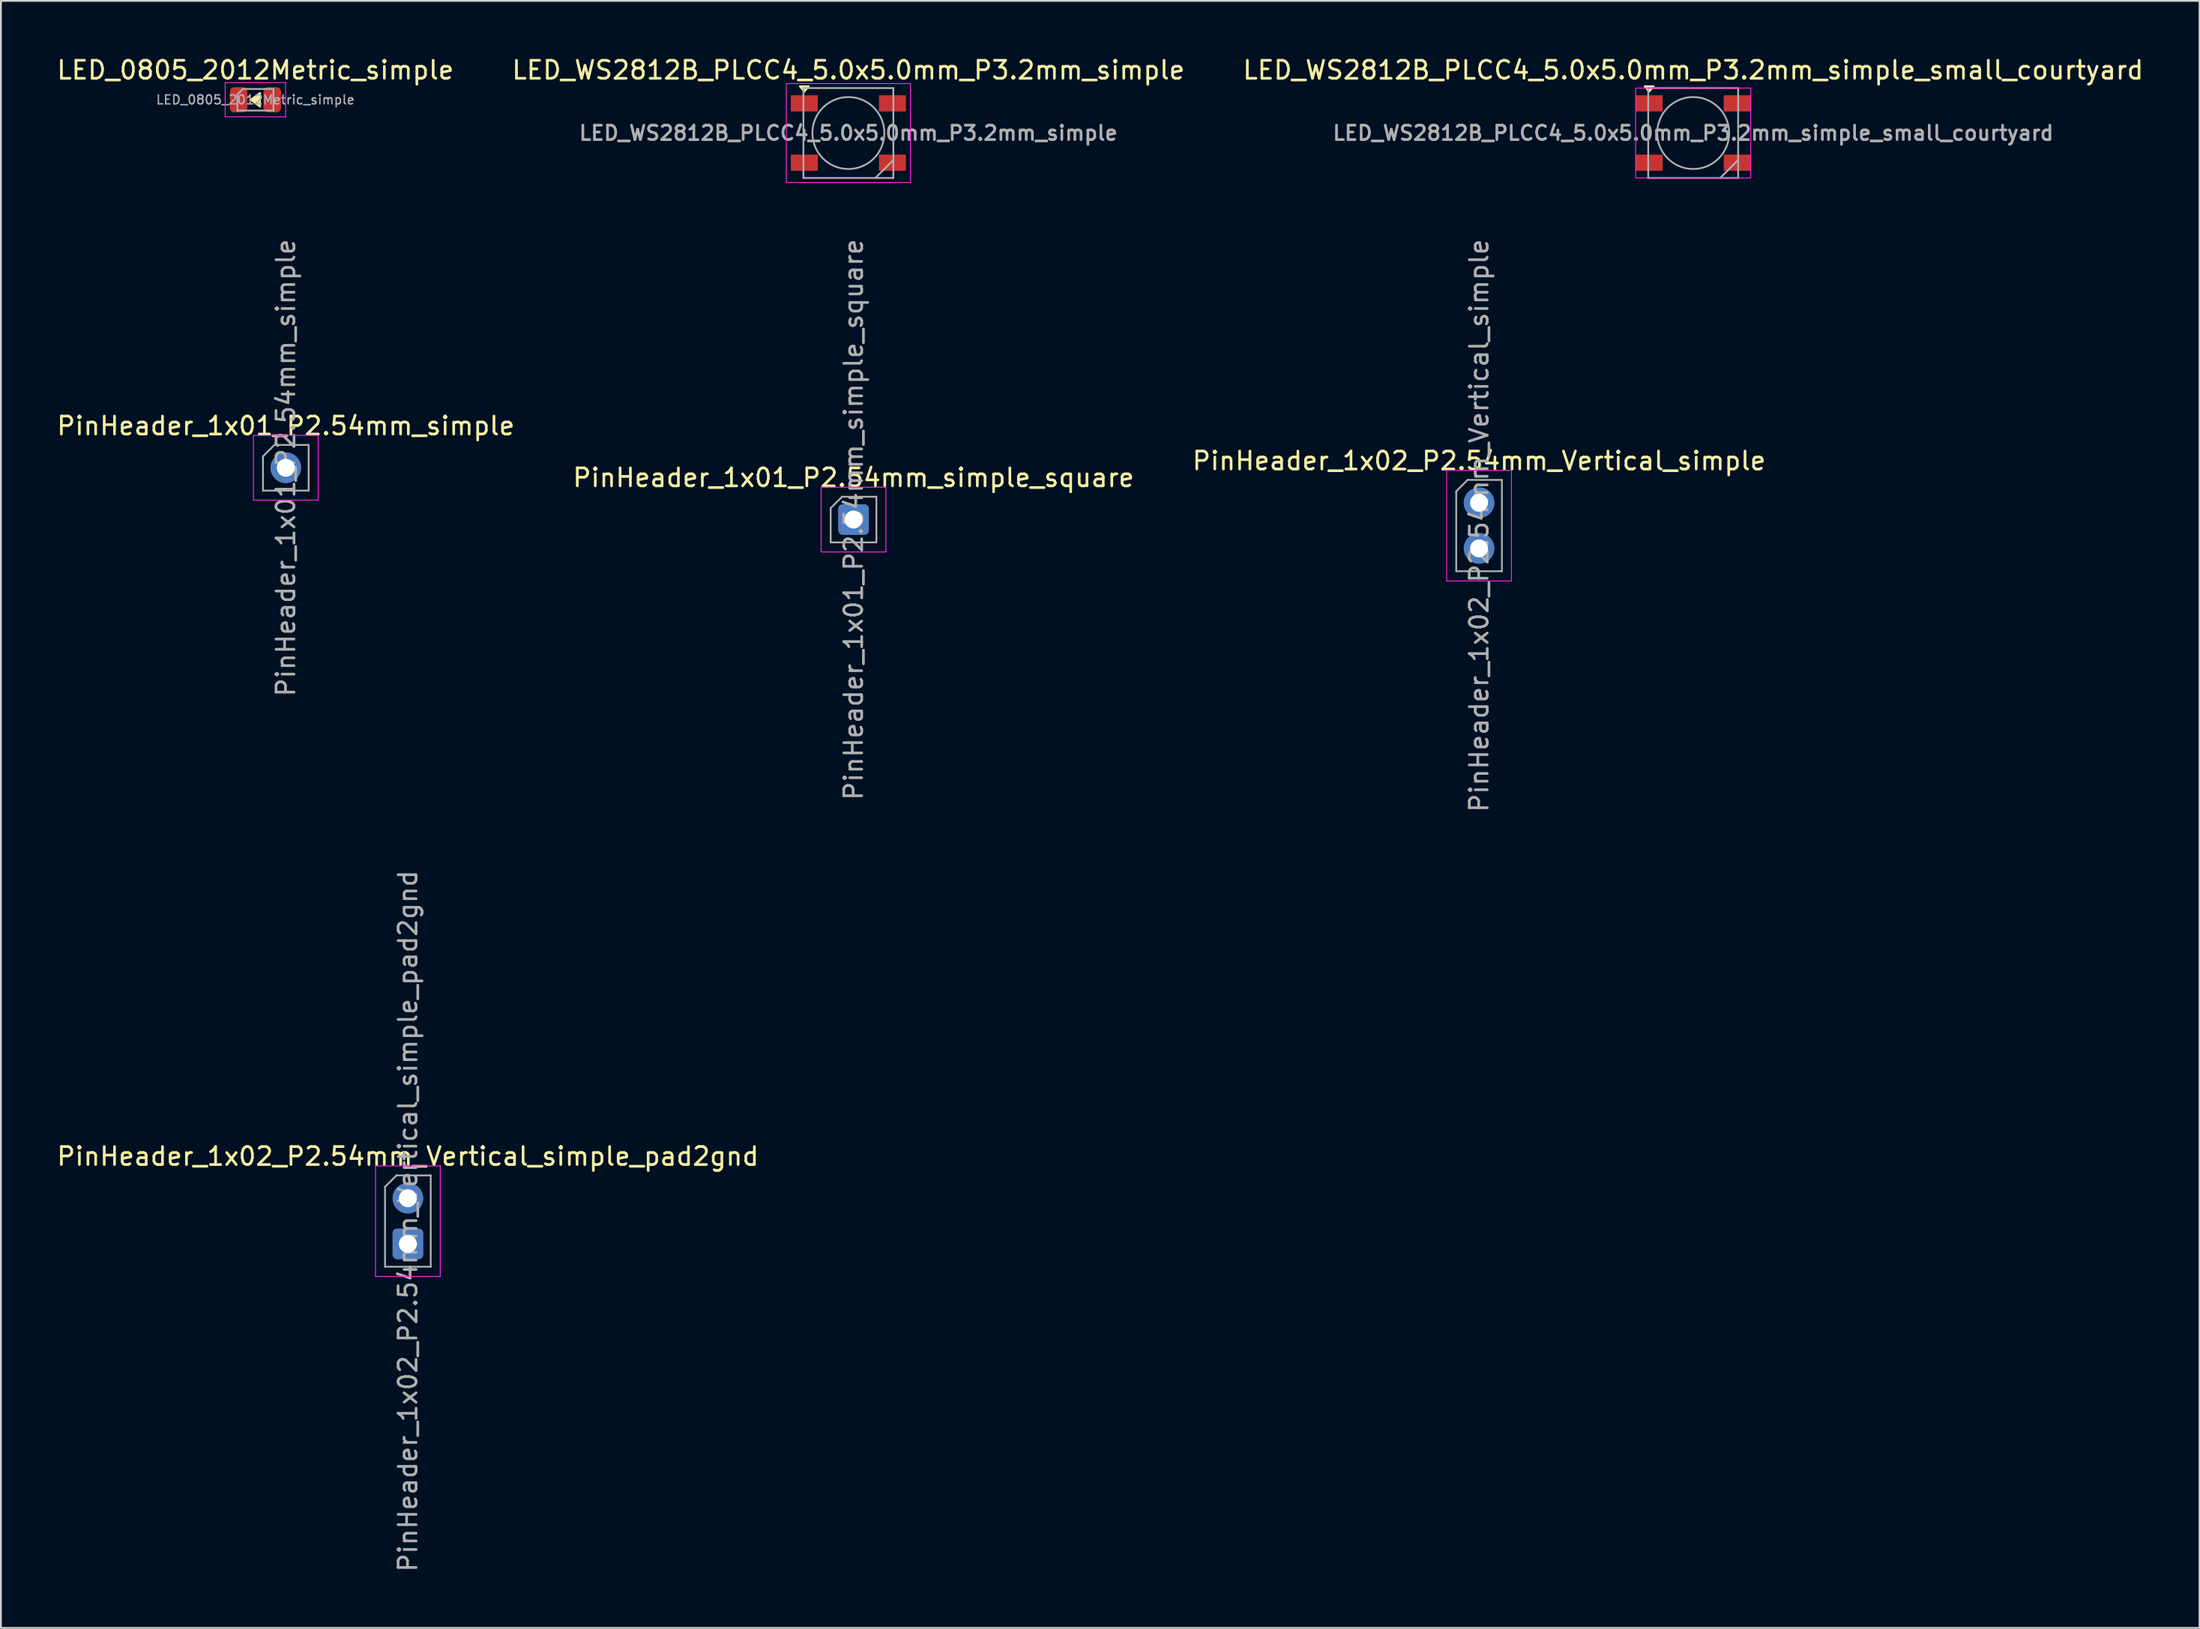
<source format=kicad_pcb>
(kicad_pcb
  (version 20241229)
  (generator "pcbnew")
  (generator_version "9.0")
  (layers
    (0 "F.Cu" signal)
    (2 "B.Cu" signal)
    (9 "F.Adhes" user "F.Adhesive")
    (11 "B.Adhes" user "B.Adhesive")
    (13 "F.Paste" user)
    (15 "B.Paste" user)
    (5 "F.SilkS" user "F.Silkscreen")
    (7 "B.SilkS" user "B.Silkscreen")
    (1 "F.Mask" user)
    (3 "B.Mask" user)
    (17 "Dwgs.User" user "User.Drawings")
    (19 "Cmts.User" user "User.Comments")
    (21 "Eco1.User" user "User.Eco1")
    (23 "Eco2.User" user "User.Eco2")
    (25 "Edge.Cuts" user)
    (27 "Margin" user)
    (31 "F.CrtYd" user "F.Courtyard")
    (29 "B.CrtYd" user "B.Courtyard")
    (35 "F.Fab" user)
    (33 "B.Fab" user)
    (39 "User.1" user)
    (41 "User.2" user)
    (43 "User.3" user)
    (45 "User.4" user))
  (footprint "LED_WS2812B_PLCC4_5.0x5.0mm_P3.2mm_simple"
    (layer "F.Cu")
    (at 44.113 4.348)
    (property "Reference" "LED_WS2812B_PLCC4_5.0x5.0mm_P3.2mm_simple" (at 0 -3.5 0) (layer "F.SilkS") (effects (font (size 1 1) (thickness 0.15))))
    (attr smd)
    (fp_poly (pts (xy -2.45 -2.3) (xy -2.7 -2.6) (xy -2.2 -2.6)) (stroke (width 0.1) (type solid)) (fill yes) (layer "F.SilkS"))
    (fp_line (start -3.45 -2.75) (end -3.45 2.75) (stroke (width 0.05) (type solid)) (layer "F.CrtYd"))
    (fp_line (start -3.45 2.75) (end 3.45 2.75) (stroke (width 0.05) (type solid)) (layer "F.CrtYd"))
    (fp_line (start 3.45 -2.75) (end -3.45 -2.75) (stroke (width 0.05) (type solid)) (layer "F.CrtYd"))
    (fp_line (start 3.45 2.75) (end 3.45 -2.75) (stroke (width 0.05) (type solid)) (layer "F.CrtYd"))
    (fp_line (start -2.5 -2.5) (end -2.5 2.5) (stroke (width 0.1) (type solid)) (layer "F.Fab"))
    (fp_line (start -2.5 2.5) (end 2.5 2.5) (stroke (width 0.1) (type solid)) (layer "F.Fab"))
    (fp_line (start 2.5 -2.5) (end -2.5 -2.5) (stroke (width 0.1) (type solid)) (layer "F.Fab"))
    (fp_line (start 2.5 1.5) (end 1.5 2.5) (stroke (width 0.1) (type solid)) (layer "F.Fab"))
    (fp_line (start 2.5 2.5) (end 2.5 -2.5) (stroke (width 0.1) (type solid)) (layer "F.Fab"))
    (fp_circle (center 0 0) (end 0 -2) (stroke (width 0.1) (type solid)) (fill no) (layer "F.Fab"))
    (fp_text user "${REFERENCE}" (at 0 0 0) (layer "F.Fab") (effects (font (size 0.8 0.8) (thickness 0.15))))
    (pad "1" smd rect (at -2.45 -1.65) (size 1.5 0.9) (layers "F.Cu" "F.Mask" "F.Paste"))
    (pad "2" smd rect (at -2.45 1.65) (size 1.5 0.9) (layers "F.Cu" "F.Mask" "F.Paste"))
    (pad "3" smd rect (at 2.45 1.65) (size 1.5 0.9) (layers "F.Cu" "F.Mask" "F.Paste"))
    (pad "4" smd rect (at 2.45 -1.65) (size 1.5 0.9) (layers "F.Cu" "F.Mask" "F.Paste")))
  (footprint "PinHeader_1x02_P2.54mm_Vertical_simple_pad2gnd"
    (layer "F.Cu")
    (at 19.625 63.585)
    (property "Reference" "PinHeader_1x02_P2.54mm_Vertical_simple_pad2gnd" (at 0 -2.33 0) (layer "F.SilkS") (effects (font (size 1 1) (thickness 0.15))))
    (attr through_hole)
    (fp_line (start -1.8 -1.8) (end -1.8 4.35) (stroke (width 0.05) (type solid)) (layer "F.CrtYd"))
    (fp_line (start -1.8 4.35) (end 1.8 4.35) (stroke (width 0.05) (type solid)) (layer "F.CrtYd"))
    (fp_line (start 1.8 -1.8) (end -1.8 -1.8) (stroke (width 0.05) (type solid)) (layer "F.CrtYd"))
    (fp_line (start 1.8 4.35) (end 1.8 -1.8) (stroke (width 0.05) (type solid)) (layer "F.CrtYd"))
    (fp_line (start -1.27 -0.635) (end -0.635 -1.27) (stroke (width 0.1) (type solid)) (layer "F.Fab"))
    (fp_line (start -1.27 3.81) (end -1.27 -0.635) (stroke (width 0.1) (type solid)) (layer "F.Fab"))
    (fp_line (start -0.635 -1.27) (end 1.27 -1.27) (stroke (width 0.1) (type solid)) (layer "F.Fab"))
    (fp_line (start 1.27 -1.27) (end 1.27 3.81) (stroke (width 0.1) (type solid)) (layer "F.Fab"))
    (fp_line (start 1.27 3.81) (end -1.27 3.81) (stroke (width 0.1) (type solid)) (layer "F.Fab"))
    (fp_text user "${REFERENCE}" (at 0 1.27 90) (layer "F.Fab") (effects (font (size 1 1) (thickness 0.15))))
    (pad "1" thru_hole oval (at 0 0) (size 1.7 1.7) (drill 1) (layers "*.Cu" "*.Mask"))
    (pad "2" thru_hole roundrect (at 0 2.54) (size 1.7 1.7) (drill 1) (layers "*.Cu" "*.Mask") (roundrect_rratio 0.147)))
  (footprint "LED_0805_2012Metric_simple"
    (layer "F.Cu")
    (at 11.149 2.498)
    (property "Reference" "LED_0805_2012Metric_simple" (at 0 -1.65 0) (layer "F.SilkS") (effects (font (size 1 1) (thickness 0.15))))
    (attr smd)
    (fp_poly (pts (xy 0.254 -0.381) (xy 0.254 0.381) (xy -0.254 0)) (stroke (width 0.1) (type solid)) (fill yes) (layer "F.SilkS"))
    (fp_line (start -1.68 -0.95) (end 1.68 -0.95) (stroke (width 0.05) (type solid)) (layer "F.CrtYd"))
    (fp_line (start -1.68 0.95) (end -1.68 -0.95) (stroke (width 0.05) (type solid)) (layer "F.CrtYd"))
    (fp_line (start 1.68 -0.95) (end 1.68 0.95) (stroke (width 0.05) (type solid)) (layer "F.CrtYd"))
    (fp_line (start 1.68 0.95) (end -1.68 0.95) (stroke (width 0.05) (type solid)) (layer "F.CrtYd"))
    (fp_line (start -1 -0.3) (end -1 0.6) (stroke (width 0.1) (type solid)) (layer "F.Fab"))
    (fp_line (start -1 0.6) (end 1 0.6) (stroke (width 0.1) (type solid)) (layer "F.Fab"))
    (fp_line (start -0.7 -0.6) (end -1 -0.3) (stroke (width 0.1) (type solid)) (layer "F.Fab"))
    (fp_line (start 1 -0.6) (end -0.7 -0.6) (stroke (width 0.1) (type solid)) (layer "F.Fab"))
    (fp_line (start 1 0.6) (end 1 -0.6) (stroke (width 0.1) (type solid)) (layer "F.Fab"))
    (fp_text user "${REFERENCE}" (at 0 0 0) (layer "F.Fab") (effects (font (size 0.5 0.5) (thickness 0.08))))
    (pad "1" smd roundrect (at -0.938 0) (size 0.975 1.4) (layers "F.Cu" "F.Mask" "F.Paste") (roundrect_rratio 0.25))
    (pad "2" smd roundrect (at 0.938 0) (size 0.975 1.4) (layers "F.Cu" "F.Mask" "F.Paste") (roundrect_rratio 0.25)))
  (footprint "PinHeader_1x02_P2.54mm_Vertical_simple"
    (layer "F.Cu")
    (at 79.173 24.907)
    (property "Reference" "PinHeader_1x02_P2.54mm_Vertical_simple" (at 0 -2.33 0) (layer "F.SilkS") (effects (font (size 1 1) (thickness 0.15))))
    (attr through_hole)
    (fp_line (start -1.8 -1.8) (end -1.8 4.35) (stroke (width 0.05) (type solid)) (layer "F.CrtYd"))
    (fp_line (start -1.8 4.35) (end 1.8 4.35) (stroke (width 0.05) (type solid)) (layer "F.CrtYd"))
    (fp_line (start 1.8 -1.8) (end -1.8 -1.8) (stroke (width 0.05) (type solid)) (layer "F.CrtYd"))
    (fp_line (start 1.8 4.35) (end 1.8 -1.8) (stroke (width 0.05) (type solid)) (layer "F.CrtYd"))
    (fp_line (start -1.27 -0.635) (end -0.635 -1.27) (stroke (width 0.1) (type solid)) (layer "F.Fab"))
    (fp_line (start -1.27 3.81) (end -1.27 -0.635) (stroke (width 0.1) (type solid)) (layer "F.Fab"))
    (fp_line (start -0.635 -1.27) (end 1.27 -1.27) (stroke (width 0.1) (type solid)) (layer "F.Fab"))
    (fp_line (start 1.27 -1.27) (end 1.27 3.81) (stroke (width 0.1) (type solid)) (layer "F.Fab"))
    (fp_line (start 1.27 3.81) (end -1.27 3.81) (stroke (width 0.1) (type solid)) (layer "F.Fab"))
    (fp_text user "${REFERENCE}" (at 0 1.27 90) (layer "F.Fab") (effects (font (size 1 1) (thickness 0.15))))
    (pad "1" thru_hole oval (at 0 0) (size 1.7 1.7) (drill 1) (layers "*.Cu" "*.Mask"))
    (pad "2" thru_hole oval (at 0 2.54) (size 1.7 1.7) (drill 1) (layers "*.Cu" "*.Mask")))
  (footprint "PinHeader_1x01_P2.54mm_simple_square"
    (layer "F.Cu")
    (at 44.399 25.843)
    (property "Reference" "PinHeader_1x01_P2.54mm_simple_square" (at 0 -2.33 0) (layer "F.SilkS") (effects (font (size 1 1) (thickness 0.15))))
    (attr through_hole)
    (fp_line (start -1.8 -1.8) (end -1.8 1.8) (stroke (width 0.05) (type solid)) (layer "F.CrtYd"))
    (fp_line (start -1.8 1.8) (end 1.8 1.8) (stroke (width 0.05) (type solid)) (layer "F.CrtYd"))
    (fp_line (start 1.8 -1.8) (end -1.8 -1.8) (stroke (width 0.05) (type solid)) (layer "F.CrtYd"))
    (fp_line (start 1.8 1.8) (end 1.8 -1.8) (stroke (width 0.05) (type solid)) (layer "F.CrtYd"))
    (fp_line (start -1.27 -0.635) (end -0.635 -1.27) (stroke (width 0.1) (type solid)) (layer "F.Fab"))
    (fp_line (start -1.27 1.27) (end -1.27 -0.635) (stroke (width 0.1) (type solid)) (layer "F.Fab"))
    (fp_line (start -0.635 -1.27) (end 1.27 -1.27) (stroke (width 0.1) (type solid)) (layer "F.Fab"))
    (fp_line (start 1.27 -1.27) (end 1.27 1.27) (stroke (width 0.1) (type solid)) (layer "F.Fab"))
    (fp_line (start 1.27 1.27) (end -1.27 1.27) (stroke (width 0.1) (type solid)) (layer "F.Fab"))
    (fp_text user "${REFERENCE}" (at 0 0 90) (layer "F.Fab") (effects (font (size 1 1) (thickness 0.15))))
    (pad "1" thru_hole roundrect (at 0 0) (size 1.7 1.7) (drill 1) (layers "*.Cu" "*.Mask") (roundrect_rratio 0.147)))
  (footprint "PinHeader_1x01_P2.54mm_simple"
    (layer "F.Cu")
    (at 12.839 22.963)
    (property "Reference" "PinHeader_1x01_P2.54mm_simple" (at 0 -2.33 0) (layer "F.SilkS") (effects (font (size 1 1) (thickness 0.15))))
    (attr through_hole)
    (fp_line (start -1.8 -1.8) (end -1.8 1.8) (stroke (width 0.05) (type solid)) (layer "F.CrtYd"))
    (fp_line (start -1.8 1.8) (end 1.8 1.8) (stroke (width 0.05) (type solid)) (layer "F.CrtYd"))
    (fp_line (start 1.8 -1.8) (end -1.8 -1.8) (stroke (width 0.05) (type solid)) (layer "F.CrtYd"))
    (fp_line (start 1.8 1.8) (end 1.8 -1.8) (stroke (width 0.05) (type solid)) (layer "F.CrtYd"))
    (fp_line (start -1.27 -0.635) (end -0.635 -1.27) (stroke (width 0.1) (type solid)) (layer "F.Fab"))
    (fp_line (start -1.27 1.27) (end -1.27 -0.635) (stroke (width 0.1) (type solid)) (layer "F.Fab"))
    (fp_line (start -0.635 -1.27) (end 1.27 -1.27) (stroke (width 0.1) (type solid)) (layer "F.Fab"))
    (fp_line (start 1.27 -1.27) (end 1.27 1.27) (stroke (width 0.1) (type solid)) (layer "F.Fab"))
    (fp_line (start 1.27 1.27) (end -1.27 1.27) (stroke (width 0.1) (type solid)) (layer "F.Fab"))
    (fp_text user "${REFERENCE}" (at 0 0 90) (layer "F.Fab") (effects (font (size 1 1) (thickness 0.15))))
    (pad "1" thru_hole oval (at 0 0) (size 1.7 1.7) (drill 1) (layers "*.Cu" "*.Mask")))
  (footprint "LED_WS2812B_PLCC4_5.0x5.0mm_P3.2mm_simple_small_courtyard"
    (layer "F.Cu")
    (at 91.077 4.348)
    (property "Reference" "LED_WS2812B_PLCC4_5.0x5.0mm_P3.2mm_simple_small_courtyard" (at 0 -3.5 0) (layer "F.SilkS") (effects (font (size 1 1) (thickness 0.15))))
    (attr smd)
    (fp_poly (pts (xy -2.45 -2.3) (xy -2.7 -2.6) (xy -2.2 -2.6)) (stroke (width 0.1) (type solid)) (fill yes) (layer "F.SilkS"))
    (fp_rect (start -3.2 -2.5) (end 3.2 2.5) (stroke (width 0.05) (type default)) (fill no) (layer "F.CrtYd"))
    (fp_line (start -2.5 -2.5) (end -2.5 2.5) (stroke (width 0.1) (type solid)) (layer "F.Fab"))
    (fp_line (start -2.5 2.5) (end 2.5 2.5) (stroke (width 0.1) (type solid)) (layer "F.Fab"))
    (fp_line (start 2.5 -2.5) (end -2.5 -2.5) (stroke (width 0.1) (type solid)) (layer "F.Fab"))
    (fp_line (start 2.5 1.5) (end 1.5 2.5) (stroke (width 0.1) (type solid)) (layer "F.Fab"))
    (fp_line (start 2.5 2.5) (end 2.5 -2.5) (stroke (width 0.1) (type solid)) (layer "F.Fab"))
    (fp_circle (center 0 0) (end 0 -2) (stroke (width 0.1) (type solid)) (fill no) (layer "F.Fab"))
    (fp_text user "${REFERENCE}" (at 0 0 0) (layer "F.Fab") (effects (font (size 0.8 0.8) (thickness 0.15))))
    (pad "1" smd rect (at -2.45 -1.65) (size 1.5 0.9) (layers "F.Cu" "F.Mask" "F.Paste"))
    (pad "2" smd rect (at -2.45 1.65) (size 1.5 0.9) (layers "F.Cu" "F.Mask" "F.Paste"))
    (pad "3" smd rect (at 2.45 1.65) (size 1.5 0.9) (layers "F.Cu" "F.Mask" "F.Paste"))
    (pad "4" smd rect (at 2.45 -1.65) (size 1.5 0.9) (layers "F.Cu" "F.Mask" "F.Paste")))
  (gr_rect
    (start -3 -3)
    (end 119.226 87.48)
    (stroke (width 0.1) (type default))
    (fill no)
    (layer "Edge.Cuts")))
</source>
